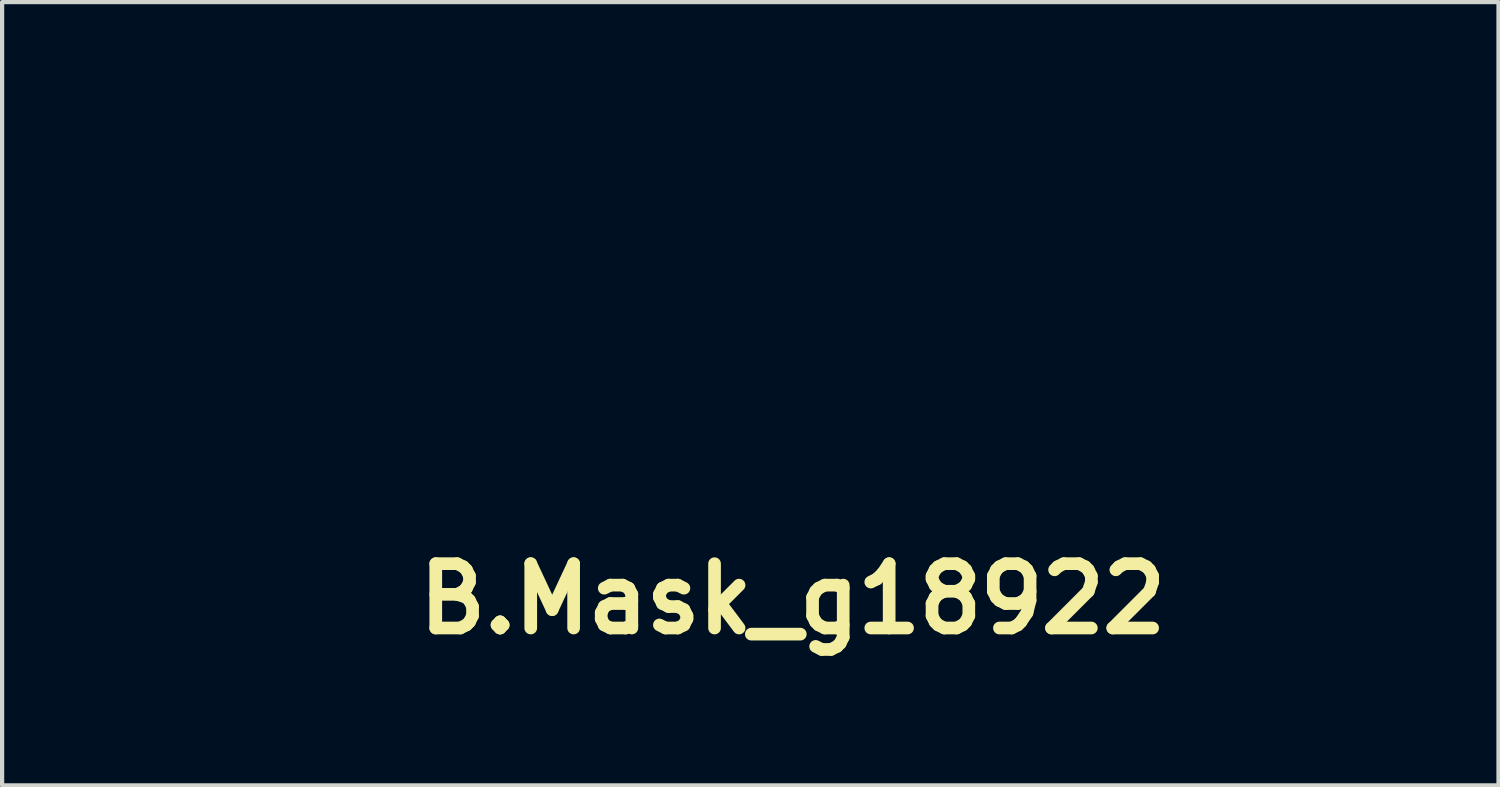
<source format=kicad_pcb>
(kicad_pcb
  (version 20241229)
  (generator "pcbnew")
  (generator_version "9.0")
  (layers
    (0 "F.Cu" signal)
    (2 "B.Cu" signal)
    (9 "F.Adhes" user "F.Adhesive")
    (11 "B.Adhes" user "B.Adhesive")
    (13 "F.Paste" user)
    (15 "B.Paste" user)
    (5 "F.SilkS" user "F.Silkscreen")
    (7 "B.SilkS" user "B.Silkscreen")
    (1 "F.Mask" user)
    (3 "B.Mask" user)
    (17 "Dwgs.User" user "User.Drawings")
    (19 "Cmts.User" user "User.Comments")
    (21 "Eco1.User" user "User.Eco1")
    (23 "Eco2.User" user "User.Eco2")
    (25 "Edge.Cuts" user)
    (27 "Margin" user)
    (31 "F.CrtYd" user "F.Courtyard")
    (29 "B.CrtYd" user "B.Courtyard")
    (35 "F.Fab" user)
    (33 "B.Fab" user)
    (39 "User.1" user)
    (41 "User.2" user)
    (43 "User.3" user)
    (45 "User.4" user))
  (footprint "B.Mask_g18922"
    (layer "F.Cu")
    (at 15.728 11.138)
    (property "Reference" "B.Mask_g18922" (at 0 0 0) (layer "F.SilkS") (effects (font (size 1.524 1.524) (thickness 0.3))))
    (attr through_hole)
    (fp_poly (pts (xy -11.37 -11.002) (xy -11.001 -10.972) (xy -10.634 -10.917) (xy -10.31 -10.838) (xy -9.718 -10.585) (xy -9.132 -10.206) (xy -8.595 -9.739) (xy -8.148 -9.22) (xy -7.87 -8.763) (xy -7.632 -8.192) (xy -7.454 -7.603) (xy -7.341 -7.028) (xy -7.298 -6.501) (xy -7.328 -6.052) (xy -7.437 -5.716) (xy -7.45 -5.694) (xy -7.632 -5.482) (xy -7.826 -5.435) (xy -8.039 -5.554) (xy -8.188 -5.715) (xy -8.384 -5.93) (xy -8.527 -5.996) (xy -8.64 -5.915) (xy -8.721 -5.757) (xy -8.851 -5.563) (xy -8.986 -5.503) (xy -9.135 -5.434) (xy -9.292 -5.262) (xy -9.313 -5.228) (xy -9.513 -4.954) (xy -9.79 -4.645) (xy -10.098 -4.344) (xy -10.395 -4.094) (xy -10.636 -3.938) (xy -10.638 -3.937) (xy -10.969 -3.815) (xy -11.4 -3.703) (xy -11.86 -3.616) (xy -12.28 -3.569) (xy -12.446 -3.564) (xy -12.741 -3.597) (xy -13.099 -3.674) (xy -13.335 -3.744) (xy -13.807 -3.915) (xy -14.159 -4.072) (xy -14.436 -4.239) (xy -14.682 -4.44) (xy -14.789 -4.543) (xy -15.146 -4.965) (xy -15.412 -5.449) (xy -15.614 -6.045) (xy -15.632 -6.115) (xy -15.71 -6.515) (xy -15.723 -6.896) (xy -15.665 -7.302) (xy -15.53 -7.773) (xy -15.507 -7.835) (xy -12.825 -7.835) (xy -12.781 -7.712) (xy -12.638 -7.54) (xy -12.546 -7.446) (xy -12.275 -7.216) (xy -12.036 -7.124) (xy -11.782 -7.156) (xy -11.646 -7.21) (xy -11.506 -7.302) (xy -11.443 -7.445) (xy -11.43 -7.674) (xy -11.451 -7.931) (xy -11.533 -8.089) (xy -11.646 -8.181) (xy -11.957 -8.301) (xy -12.287 -8.295) (xy -12.582 -8.175) (xy -12.788 -7.952) (xy -12.825 -7.835) (xy -15.507 -7.835) (xy -15.35 -8.261) (xy -15.051 -8.903) (xy -14.697 -9.415) (xy -14.255 -9.833) (xy -13.692 -10.195) (xy -13.533 -10.279) (xy -13.172 -10.479) (xy -12.971 -10.628) (xy -12.928 -10.723) (xy -12.913 -10.793) (xy -12.779 -10.829) (xy -12.545 -10.837) (xy -12.289 -10.853) (xy -12.11 -10.892) (xy -12.065 -10.922) (xy -11.944 -10.979) (xy -11.698 -11.005) (xy -11.37 -11.002)) (stroke (width 0.01) (type solid)) (fill yes) (layer "B.Mask"))
    (fp_poly (pts (xy 8.541 -11.123) (xy 9.117 -11.079) (xy 9.653 -11.006) (xy 10.1 -10.909) (xy 10.33 -10.831) (xy 11.017 -10.491) (xy 11.669 -10.08) (xy 12.25 -9.624) (xy 12.722 -9.152) (xy 12.94 -8.87) (xy 13.254 -8.397) (xy 13.494 -8.014) (xy 13.65 -7.737) (xy 13.715 -7.579) (xy 13.716 -7.565) (xy 13.64 -7.49) (xy 13.446 -7.44) (xy 13.399 -7.435) (xy 13.081 -7.408) (xy 13.056 -6.874) (xy 13.022 -6.567) (xy 12.963 -6.397) (xy 12.893 -6.372) (xy 12.824 -6.502) (xy 12.782 -6.695) (xy 12.756 -6.768) (xy 12.728 -6.672) (xy 12.697 -6.408) (xy 12.675 -6.138) (xy 12.563 -5.224) (xy 12.359 -4.434) (xy 12.051 -3.744) (xy 11.629 -3.129) (xy 11.079 -2.564) (xy 10.875 -2.39) (xy 10.316 -1.98) (xy 9.78 -1.694) (xy 9.213 -1.504) (xy 9.142 -1.486) (xy 8.631 -1.405) (xy 8.026 -1.369) (xy 7.398 -1.379) (xy 6.814 -1.434) (xy 6.551 -1.481) (xy 6.097 -1.604) (xy 5.736 -1.75) (xy 5.499 -1.905) (xy 5.444 -1.971) (xy 5.331 -2.067) (xy 5.12 -2.188) (xy 4.996 -2.246) (xy 4.745 -2.391) (xy 4.444 -2.616) (xy 4.156 -2.873) (xy 4.14 -2.888) (xy 3.644 -3.499) (xy 3.296 -4.188) (xy 3.1 -4.946) (xy 3.058 -5.766) (xy 3.061 -5.825) (xy 3.09 -6.167) (xy 3.141 -6.394) (xy 3.23 -6.56) (xy 3.237 -6.569) (xy 7.552 -6.569) (xy 7.584 -6.2) (xy 7.725 -5.888) (xy 7.954 -5.657) (xy 8.248 -5.528) (xy 8.586 -5.524) (xy 8.939 -5.663) (xy 9.21 -5.913) (xy 9.353 -6.227) (xy 9.373 -6.566) (xy 9.279 -6.893) (xy 9.077 -7.171) (xy 8.776 -7.363) (xy 8.602 -7.412) (xy 8.22 -7.416) (xy 7.902 -7.285) (xy 7.681 -7.035) (xy 7.652 -6.973) (xy 7.552 -6.569) (xy 3.237 -6.569) (xy 3.319 -6.665) (xy 3.457 -6.829) (xy 3.481 -6.932) (xy 3.422 -7.01) (xy 3.321 -7.188) (xy 3.322 -7.462) (xy 3.424 -7.849) (xy 3.47 -7.977) (xy 3.612 -8.287) (xy 3.794 -8.589) (xy 3.986 -8.843) (xy 4.161 -9.012) (xy 4.271 -9.059) (xy 4.374 -9.119) (xy 4.553 -9.28) (xy 4.776 -9.51) (xy 4.865 -9.61) (xy 5.097 -9.859) (xy 5.299 -10.05) (xy 5.439 -10.151) (xy 5.468 -10.16) (xy 5.574 -10.228) (xy 5.588 -10.287) (xy 5.659 -10.39) (xy 5.758 -10.414) (xy 5.978 -10.453) (xy 6.097 -10.499) (xy 6.321 -10.612) (xy 6.434 -10.668) (xy 6.625 -10.725) (xy 6.89 -10.761) (xy 6.963 -10.765) (xy 7.155 -10.777) (xy 7.184 -10.794) (xy 7.086 -10.814) (xy 6.906 -10.865) (xy 6.878 -10.933) (xy 6.986 -11.005) (xy 7.213 -11.069) (xy 7.457 -11.105) (xy 7.972 -11.133) (xy 8.541 -11.123)) (stroke (width 0.01) (type solid)) (fill yes) (layer "B.Mask")))
  (gr_rect
    (start -3 -3)
    (end 32.449 15.556)
    (stroke (width 0.1) (type default))
    (fill no)
    (layer "Edge.Cuts")))
</source>
